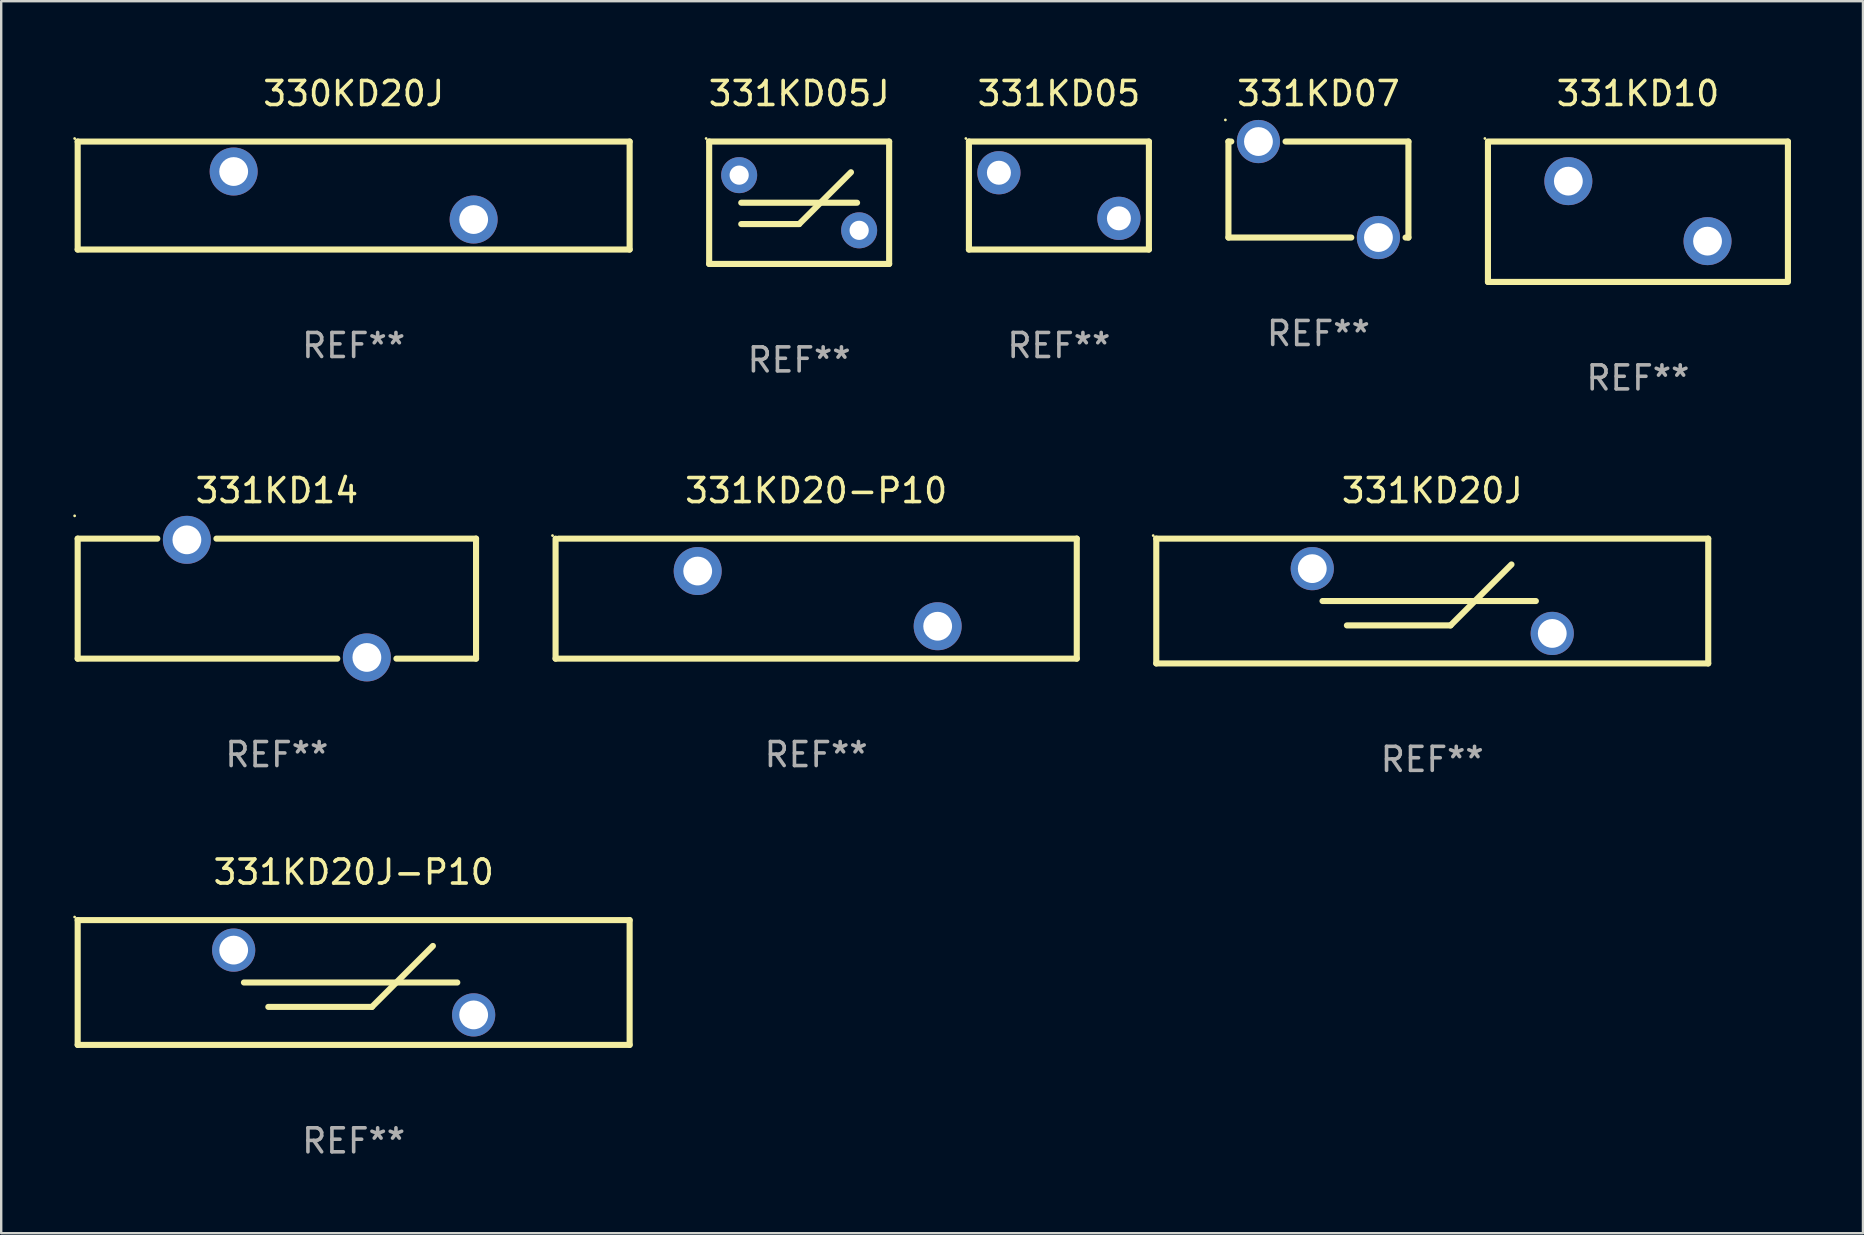
<source format=kicad_pcb>
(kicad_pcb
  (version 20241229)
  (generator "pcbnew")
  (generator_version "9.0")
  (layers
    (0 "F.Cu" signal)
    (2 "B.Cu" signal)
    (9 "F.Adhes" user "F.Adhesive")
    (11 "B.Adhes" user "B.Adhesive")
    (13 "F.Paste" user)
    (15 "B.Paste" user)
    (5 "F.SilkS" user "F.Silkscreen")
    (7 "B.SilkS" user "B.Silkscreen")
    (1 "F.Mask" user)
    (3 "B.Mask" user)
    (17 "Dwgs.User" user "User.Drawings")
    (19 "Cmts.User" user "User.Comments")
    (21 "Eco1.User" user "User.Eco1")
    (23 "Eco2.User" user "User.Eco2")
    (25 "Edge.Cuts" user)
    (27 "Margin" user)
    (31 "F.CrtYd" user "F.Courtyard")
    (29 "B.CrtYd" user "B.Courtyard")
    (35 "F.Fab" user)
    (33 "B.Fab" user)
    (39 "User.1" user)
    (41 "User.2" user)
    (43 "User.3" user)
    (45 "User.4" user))
  (footprint "331KD10"
    (layer "F.Cu")
    (at 65.203 5.773)
    (property "Reference" "331KD10" (at 0 -4.925 0) (layer "F.SilkS") (effects (font (size 1 1) (thickness 0.15))))
    (attr through_hole)
    (fp_line (start -6.25 -2.925) (end 6.25 -2.925) (stroke (width 0.254) (type solid)) (layer "F.SilkS"))
    (fp_line (start -6.25 2.925) (end -6.25 -2.875) (stroke (width 0.254) (type solid)) (layer "F.SilkS"))
    (fp_line (start 6.25 -2.925) (end 6.25 2.875) (stroke (width 0.254) (type solid)) (layer "F.SilkS"))
    (fp_line (start 6.25 2.925) (end -6.25 2.925) (stroke (width 0.254) (type solid)) (layer "F.SilkS"))
    (fp_circle (center -6.377 -3.052) (end -6.347 -3.052) (stroke (width 0.06) (type solid)) (fill no) (layer "F.SilkS"))
    (fp_text user "REF**" (at 0 6.925 0) (layer "F.Fab") (effects (font (size 1 1) (thickness 0.15))))
    (pad "1" thru_hole circle (at -2.9 -1.275) (size 2 2) (drill 1.2) (layers "*.Cu" "*.Mask"))
    (pad "2" thru_hole circle (at 2.9 1.225) (size 2 2) (drill 1.2) (layers "*.Cu" "*.Mask")))
  (footprint "331KD05J"
    (layer "F.Cu")
    (at 30.251 5.398)
    (property "Reference" "331KD05J" (at 0 -4.55 0) (layer "F.SilkS") (effects (font (size 1 1) (thickness 0.15))))
    (attr through_hole)
    (fp_line (start -3.75 -2.55) (end -3.75 2.55) (stroke (width 0.254) (type solid)) (layer "F.SilkS"))
    (fp_line (start -3.75 -2.55) (end 3.75 -2.55) (stroke (width 0.254) (type solid)) (layer "F.SilkS"))
    (fp_line (start -3.75 2.55) (end 3.75 2.55) (stroke (width 0.254) (type solid)) (layer "F.SilkS"))
    (fp_line (start -2.413 0) (end 2.413 0) (stroke (width 0.254) (type solid)) (layer "F.SilkS"))
    (fp_line (start -2.413 0.889) (end 0.000127 0.889) (stroke (width 0.254) (type solid)) (layer "F.SilkS"))
    (fp_line (start 0.000127 0.889) (end 2.159 -1.27) (stroke (width 0.254) (type solid)) (layer "F.SilkS"))
    (fp_line (start 3.75 -2.55) (end 3.75 2.55) (stroke (width 0.254) (type solid)) (layer "F.SilkS"))
    (fp_circle (center -3.877 -2.677) (end -3.847 -2.677) (stroke (width 0.06) (type solid)) (fill no) (layer "F.SilkS"))
    (fp_text user "REF**" (at 0 6.55 0) (layer "F.Fab") (effects (font (size 1 1) (thickness 0.15))))
    (pad "1" thru_hole circle (at -2.5 -1.15) (size 1.5 1.5) (drill 0.8) (layers "*.Cu" "*.Mask"))
    (pad "2" thru_hole circle (at 2.5 1.15) (size 1.5 1.5) (drill 0.8) (layers "*.Cu" "*.Mask")))
  (footprint "331KD07"
    (layer "F.Cu")
    (at 51.889 4.848)
    (property "Reference" "331KD07" (at 0 -4 0) (layer "F.SilkS") (effects (font (size 1 1) (thickness 0.15))))
    (attr through_hole)
    (fp_line (start -3.75 -2) (end -3.631 -2) (stroke (width 0.254) (type solid)) (layer "F.SilkS"))
    (fp_line (start -3.75 2) (end -3.75 -2) (stroke (width 0.254) (type solid)) (layer "F.SilkS"))
    (fp_line (start -1.369 -2) (end 3.75 -2) (stroke (width 0.254) (type solid)) (layer "F.SilkS"))
    (fp_line (start 1.369 2) (end -3.75 2) (stroke (width 0.254) (type solid)) (layer "F.SilkS"))
    (fp_line (start 3.75 -2) (end 3.75 2) (stroke (width 0.254) (type solid)) (layer "F.SilkS"))
    (fp_line (start 3.75 2) (end 3.631 2) (stroke (width 0.254) (type solid)) (layer "F.SilkS"))
    (fp_circle (center -3.877 -2.9) (end -3.847 -2.9) (stroke (width 0.06) (type solid)) (fill no) (layer "F.SilkS"))
    (fp_text user "REF**" (at 0 6 0) (layer "F.Fab") (effects (font (size 1 1) (thickness 0.15))))
    (pad "1" thru_hole circle (at -2.5 -2) (size 1.8 1.8) (drill 1.2) (layers "*.Cu" "*.Mask"))
    (pad "2" thru_hole circle (at 2.5 2) (size 1.8 1.8) (drill 1.2) (layers "*.Cu" "*.Mask")))
  (footprint "331KD14"
    (layer "F.Cu")
    (at 8.487 21.895)
    (property "Reference" "331KD14" (at 0 -4.5 0) (layer "F.SilkS") (effects (font (size 1 1) (thickness 0.15))))
    (attr through_hole)
    (fp_line (start -8.3 -2.5) (end -8.3 2.5) (stroke (width 0.254) (type solid)) (layer "F.SilkS"))
    (fp_line (start -8.3 -2.5) (end -4.981 -2.5) (stroke (width 0.254) (type solid)) (layer "F.SilkS"))
    (fp_line (start -8.3 2.5) (end 2.519 2.5) (stroke (width 0.254) (type solid)) (layer "F.SilkS"))
    (fp_line (start -2.519 -2.5) (end 8.3 -2.5) (stroke (width 0.254) (type solid)) (layer "F.SilkS"))
    (fp_line (start 4.981 2.5) (end 8.3 2.5) (stroke (width 0.254) (type solid)) (layer "F.SilkS"))
    (fp_line (start 8.3 -2.5) (end 8.3 2.5) (stroke (width 0.254) (type solid)) (layer "F.SilkS"))
    (fp_circle (center -8.427 -3.45) (end -8.397 -3.45) (stroke (width 0.06) (type solid)) (fill no) (layer "F.SilkS"))
    (fp_text user "REF**" (at 0 6.5 0) (layer "F.Fab") (effects (font (size 1 1) (thickness 0.15))))
    (pad "1" thru_hole circle (at -3.75 -2.45) (size 2 2) (drill 1.2) (layers "*.Cu" "*.Mask"))
    (pad "2" thru_hole circle (at 3.75 2.45) (size 2 2) (drill 1.2) (layers "*.Cu" "*.Mask")))
  (footprint "331KD20-P10"
    (layer "F.Cu")
    (at 30.96 21.895)
    (property "Reference" "331KD20-P10" (at 0 -4.5 0) (layer "F.SilkS") (effects (font (size 1 1) (thickness 0.15))))
    (attr through_hole)
    (fp_line (start -10.859 2.5) (end -10.859 -2.5) (stroke (width 0.254) (type solid)) (layer "F.SilkS"))
    (fp_line (start -10.732 -2.5) (end 10.859 -2.5) (stroke (width 0.254) (type solid)) (layer "F.SilkS"))
    (fp_line (start 10.859 -2.5) (end 10.859 2.5) (stroke (width 0.254) (type solid)) (layer "F.SilkS"))
    (fp_line (start 10.859 2.5) (end -10.859 2.5) (stroke (width 0.254) (type solid)) (layer "F.SilkS"))
    (fp_circle (center -10.986 -2.627) (end -10.956 -2.627) (stroke (width 0.06) (type solid)) (fill no) (layer "F.SilkS"))
    (fp_text user "REF**" (at 0 6.5 0) (layer "F.Fab") (effects (font (size 1 1) (thickness 0.15))))
    (pad "1" thru_hole circle (at -4.937 -1.15) (size 2 2) (drill 1.2) (layers "*.Cu" "*.Mask"))
    (pad "2" thru_hole circle (at 5.063 1.15) (size 2 2) (drill 1.2) (layers "*.Cu" "*.Mask")))
  (footprint "331KD20J-P10"
    (layer "F.Cu")
    (at 11.687 37.891)
    (property "Reference" "331KD20J-P10" (at 0 -4.6 0) (layer "F.SilkS") (effects (font (size 1 1) (thickness 0.15))))
    (attr through_hole)
    (fp_line (start -11.5 -2.6) (end 11.5 -2.6) (stroke (width 0.254) (type solid)) (layer "F.SilkS"))
    (fp_line (start -11.5 2.6) (end -11.5 -2.6) (stroke (width 0.254) (type solid)) (layer "F.SilkS"))
    (fp_line (start -11.5 2.6) (end 11.5 2.6) (stroke (width 0.254) (type solid)) (layer "F.SilkS"))
    (fp_line (start -4.572 0) (end 4.318 0) (stroke (width 0.254) (type solid)) (layer "F.SilkS"))
    (fp_line (start -3.556 1.016) (end 0.762 1.016) (stroke (width 0.254) (type solid)) (layer "F.SilkS"))
    (fp_line (start 0.762 1.016) (end 3.302 -1.524) (stroke (width 0.254) (type solid)) (layer "F.SilkS"))
    (fp_line (start 11.5 -2.6) (end 11.5 2.6) (stroke (width 0.254) (type solid)) (layer "F.SilkS"))
    (fp_circle (center -11.627 -2.727) (end -11.597 -2.727) (stroke (width 0.06) (type solid)) (fill no) (layer "F.SilkS"))
    (fp_text user "REF**" (at 0 6.6 0) (layer "F.Fab") (effects (font (size 1 1) (thickness 0.15))))
    (pad "1" thru_hole circle (at -5 -1.35) (size 1.8 1.8) (drill 1.2) (layers "*.Cu" "*.Mask"))
    (pad "2" thru_hole circle (at 5 1.35) (size 1.8 1.8) (drill 1.2) (layers "*.Cu" "*.Mask")))
  (footprint "330KD20J"
    (layer "F.Cu")
    (at 11.687 5.099)
    (property "Reference" "330KD20J" (at 0 -4.25 0) (layer "F.SilkS") (effects (font (size 1 1) (thickness 0.15))))
    (attr through_hole)
    (fp_line (start -11.5 -2.25) (end 11.5 -2.25) (stroke (width 0.254) (type solid)) (layer "F.SilkS"))
    (fp_line (start -11.5 2.25) (end -11.5 -2.25) (stroke (width 0.254) (type solid)) (layer "F.SilkS"))
    (fp_line (start 11.5 -2.25) (end 11.5 2.25) (stroke (width 0.254) (type solid)) (layer "F.SilkS"))
    (fp_line (start 11.5 2.249) (end -11.5 2.249) (stroke (width 0.254) (type solid)) (layer "F.SilkS"))
    (fp_circle (center -11.627 -2.377) (end -11.597 -2.377) (stroke (width 0.06) (type solid)) (fill no) (layer "F.SilkS"))
    (fp_text user "REF**" (at 0 6.25 0) (layer "F.Fab") (effects (font (size 1 1) (thickness 0.15))))
    (pad "1" thru_hole circle (at -5 -1.002) (size 2 2) (drill 1.2) (layers "*.Cu" "*.Mask"))
    (pad "2" thru_hole circle (at 5 0.999) (size 2 2) (drill 1.2) (layers "*.Cu" "*.Mask")))
  (footprint "331KD05"
    (layer "F.Cu")
    (at 41.075 5.098)
    (property "Reference" "331KD05" (at 0 -4.25 0) (layer "F.SilkS") (effects (font (size 1 1) (thickness 0.15))))
    (attr through_hole)
    (fp_line (start -3.75 -2.25) (end -3.75 2.25) (stroke (width 0.254) (type solid)) (layer "F.SilkS"))
    (fp_line (start -3.75 -2.25) (end 3.75 -2.25) (stroke (width 0.254) (type solid)) (layer "F.SilkS"))
    (fp_line (start -3.75 2.25) (end 3.75 2.25) (stroke (width 0.254) (type solid)) (layer "F.SilkS"))
    (fp_line (start 3.75 -2.25) (end 3.75 2.25) (stroke (width 0.254) (type solid)) (layer "F.SilkS"))
    (fp_circle (center -3.877 -2.377) (end -3.847 -2.377) (stroke (width 0.06) (type solid)) (fill no) (layer "F.SilkS"))
    (fp_text user "REF**" (at 0 6.25 0) (layer "F.Fab") (effects (font (size 1 1) (thickness 0.15))))
    (pad "1" thru_hole circle (at -2.5 -0.95) (size 1.8 1.8) (drill 1) (layers "*.Cu" "*.Mask"))
    (pad "2" thru_hole circle (at 2.5 0.95) (size 1.8 1.8) (drill 1) (layers "*.Cu" "*.Mask")))
  (footprint "331KD20J"
    (layer "F.Cu")
    (at 56.632 21.995)
    (property "Reference" "331KD20J" (at 0 -4.6 0) (layer "F.SilkS") (effects (font (size 1 1) (thickness 0.15))))
    (attr through_hole)
    (fp_line (start -11.5 -2.6) (end 11.5 -2.6) (stroke (width 0.254) (type solid)) (layer "F.SilkS"))
    (fp_line (start -11.5 2.6) (end -11.5 -2.6) (stroke (width 0.254) (type solid)) (layer "F.SilkS"))
    (fp_line (start -11.5 2.6) (end 11.5 2.6) (stroke (width 0.254) (type solid)) (layer "F.SilkS"))
    (fp_line (start -4.572 0) (end 4.318 0) (stroke (width 0.254) (type solid)) (layer "F.SilkS"))
    (fp_line (start -3.556 1.016) (end 0.762 1.016) (stroke (width 0.254) (type solid)) (layer "F.SilkS"))
    (fp_line (start 0.762 1.016) (end 3.302 -1.524) (stroke (width 0.254) (type solid)) (layer "F.SilkS"))
    (fp_line (start 11.5 -2.6) (end 11.5 2.6) (stroke (width 0.254) (type solid)) (layer "F.SilkS"))
    (fp_circle (center -11.627 -2.727) (end -11.597 -2.727) (stroke (width 0.06) (type solid)) (fill no) (layer "F.SilkS"))
    (fp_text user "REF**" (at 0 6.6 0) (layer "F.Fab") (effects (font (size 1 1) (thickness 0.15))))
    (pad "1" thru_hole circle (at -5 -1.35) (size 1.8 1.8) (drill 1.2) (layers "*.Cu" "*.Mask"))
    (pad "2" thru_hole circle (at 5 1.35) (size 1.8 1.8) (drill 1.2) (layers "*.Cu" "*.Mask")))
  (gr_rect
    (start -3 -3)
    (end 74.58 48.339)
    (stroke (width 0.1) (type default))
    (fill no)
    (layer "Edge.Cuts")))
</source>
